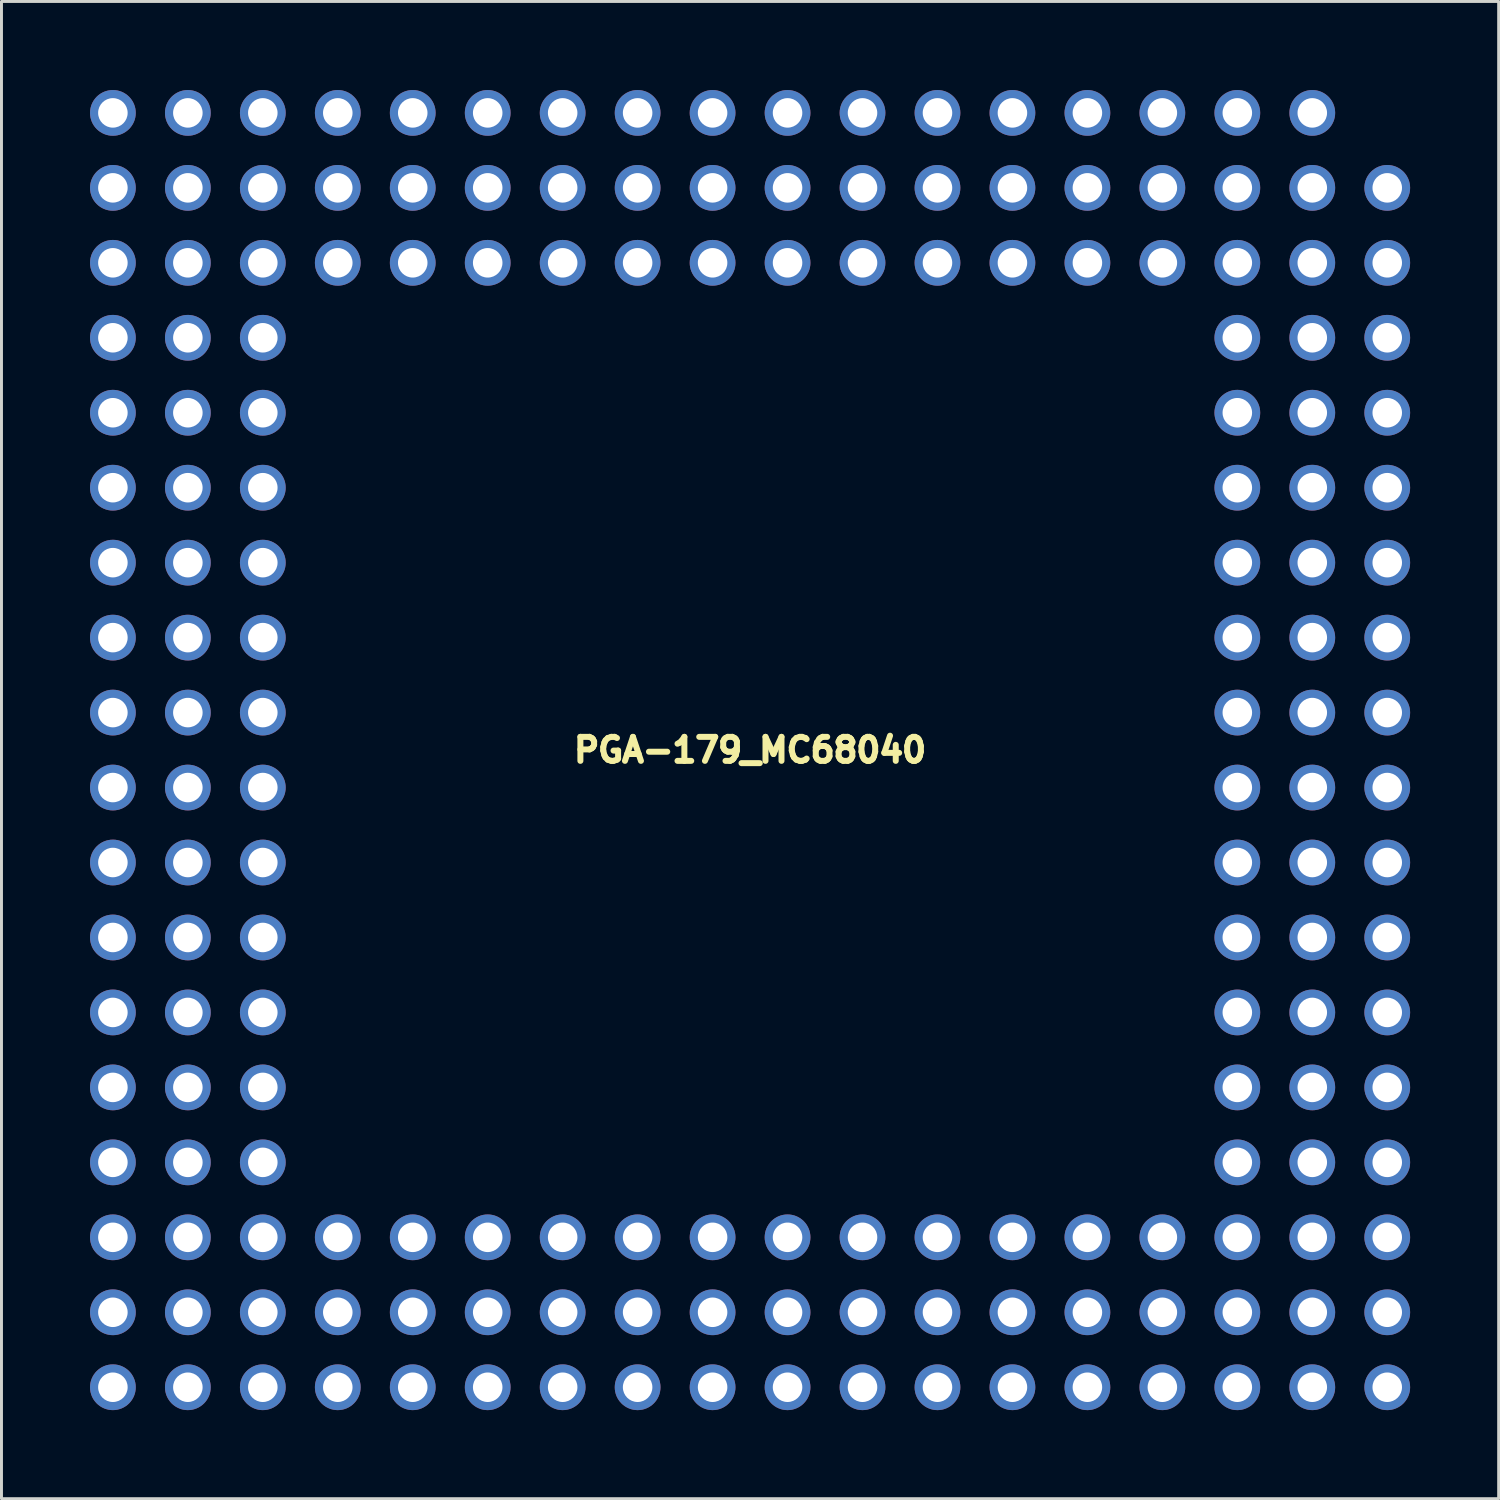
<source format=kicad_pcb>
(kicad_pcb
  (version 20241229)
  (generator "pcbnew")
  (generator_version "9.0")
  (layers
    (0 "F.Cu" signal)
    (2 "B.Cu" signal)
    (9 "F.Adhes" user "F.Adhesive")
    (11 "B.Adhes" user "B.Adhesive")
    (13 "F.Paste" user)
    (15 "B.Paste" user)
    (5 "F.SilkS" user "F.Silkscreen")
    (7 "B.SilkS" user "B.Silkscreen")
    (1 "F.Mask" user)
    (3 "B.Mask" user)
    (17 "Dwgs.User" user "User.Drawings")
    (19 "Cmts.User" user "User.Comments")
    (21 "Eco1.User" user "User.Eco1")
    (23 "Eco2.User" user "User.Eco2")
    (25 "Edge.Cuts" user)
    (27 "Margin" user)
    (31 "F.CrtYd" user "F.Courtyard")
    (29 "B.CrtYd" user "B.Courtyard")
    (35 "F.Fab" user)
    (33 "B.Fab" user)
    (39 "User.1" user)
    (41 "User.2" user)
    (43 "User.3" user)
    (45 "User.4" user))
  (footprint "PGA-179_MC68040"
    (layer "F.Cu")
    (at 22.365 22.365)
    (property "Reference" "PGA-179_MC68040" (at 0 0 0) (layer "F.SilkS") (effects (font (size 0.813 0.813) (thickness 0.203))))
    (attr through_hole)
    (pad "A1" thru_hole circle (at 21.59 21.59) (size 1.55 1.55) (drill 1) (layers "*.Cu" "*.Mask"))
    (pad "A2" thru_hole circle (at 19.05 21.59) (size 1.55 1.55) (drill 1) (layers "*.Cu" "*.Mask"))
    (pad "A3" thru_hole circle (at 16.51 21.59) (size 1.55 1.55) (drill 1) (layers "*.Cu" "*.Mask"))
    (pad "A4" thru_hole circle (at 13.97 21.59) (size 1.55 1.55) (drill 1) (layers "*.Cu" "*.Mask"))
    (pad "A5" thru_hole circle (at 11.43 21.59) (size 1.55 1.55) (drill 1) (layers "*.Cu" "*.Mask"))
    (pad "A6" thru_hole circle (at 8.89 21.59) (size 1.55 1.55) (drill 1) (layers "*.Cu" "*.Mask"))
    (pad "A7" thru_hole circle (at 6.35 21.59) (size 1.55 1.55) (drill 1) (layers "*.Cu" "*.Mask"))
    (pad "A8" thru_hole circle (at 3.81 21.59) (size 1.55 1.55) (drill 1) (layers "*.Cu" "*.Mask"))
    (pad "A9" thru_hole circle (at 1.27 21.59) (size 1.55 1.55) (drill 1) (layers "*.Cu" "*.Mask"))
    (pad "A10" thru_hole circle (at -1.27 21.59) (size 1.55 1.55) (drill 1) (layers "*.Cu" "*.Mask"))
    (pad "A11" thru_hole circle (at -3.81 21.59) (size 1.55 1.55) (drill 1) (layers "*.Cu" "*.Mask"))
    (pad "A12" thru_hole circle (at -6.35 21.59) (size 1.55 1.55) (drill 1) (layers "*.Cu" "*.Mask"))
    (pad "A13" thru_hole circle (at -8.89 21.59) (size 1.55 1.55) (drill 1) (layers "*.Cu" "*.Mask"))
    (pad "A14" thru_hole circle (at -11.43 21.59) (size 1.55 1.55) (drill 1) (layers "*.Cu" "*.Mask"))
    (pad "A15" thru_hole circle (at -13.97 21.59) (size 1.55 1.55) (drill 1) (layers "*.Cu" "*.Mask"))
    (pad "A16" thru_hole circle (at -16.51 21.59) (size 1.55 1.55) (drill 1) (layers "*.Cu" "*.Mask"))
    (pad "A17" thru_hole circle (at -19.05 21.59) (size 1.55 1.55) (drill 1) (layers "*.Cu" "*.Mask"))
    (pad "A18" thru_hole circle (at -21.59 21.59) (size 1.55 1.55) (drill 1) (layers "*.Cu" "*.Mask"))
    (pad "B1" thru_hole circle (at 21.59 19.05) (size 1.55 1.55) (drill 1) (layers "*.Cu" "*.Mask"))
    (pad "B2" thru_hole circle (at 19.05 19.05) (size 1.55 1.55) (drill 1) (layers "*.Cu" "*.Mask"))
    (pad "B3" thru_hole circle (at 16.51 19.05) (size 1.55 1.55) (drill 1) (layers "*.Cu" "*.Mask"))
    (pad "B4" thru_hole circle (at 13.97 19.05) (size 1.55 1.55) (drill 1) (layers "*.Cu" "*.Mask"))
    (pad "B5" thru_hole circle (at 11.43 19.05) (size 1.55 1.55) (drill 1) (layers "*.Cu" "*.Mask"))
    (pad "B6" thru_hole circle (at 8.89 19.05) (size 1.55 1.55) (drill 1) (layers "*.Cu" "*.Mask"))
    (pad "B7" thru_hole circle (at 6.35 19.05) (size 1.55 1.55) (drill 1) (layers "*.Cu" "*.Mask"))
    (pad "B8" thru_hole circle (at 3.81 19.05) (size 1.55 1.55) (drill 1) (layers "*.Cu" "*.Mask"))
    (pad "B9" thru_hole circle (at 1.27 19.05) (size 1.55 1.55) (drill 1) (layers "*.Cu" "*.Mask"))
    (pad "B10" thru_hole circle (at -1.27 19.05) (size 1.55 1.55) (drill 1) (layers "*.Cu" "*.Mask"))
    (pad "B11" thru_hole circle (at -3.81 19.05) (size 1.55 1.55) (drill 1) (layers "*.Cu" "*.Mask"))
    (pad "B12" thru_hole circle (at -6.35 19.05) (size 1.55 1.55) (drill 1) (layers "*.Cu" "*.Mask"))
    (pad "B13" thru_hole circle (at -8.89 19.05) (size 1.55 1.55) (drill 1) (layers "*.Cu" "*.Mask"))
    (pad "B14" thru_hole circle (at -11.43 19.05) (size 1.55 1.55) (drill 1) (layers "*.Cu" "*.Mask"))
    (pad "B15" thru_hole circle (at -13.97 19.05) (size 1.55 1.55) (drill 1) (layers "*.Cu" "*.Mask"))
    (pad "B16" thru_hole circle (at -16.51 19.05) (size 1.55 1.55) (drill 1) (layers "*.Cu" "*.Mask"))
    (pad "B17" thru_hole circle (at -19.05 19.05) (size 1.55 1.55) (drill 1) (layers "*.Cu" "*.Mask"))
    (pad "B18" thru_hole circle (at -21.59 19.05) (size 1.55 1.55) (drill 1) (layers "*.Cu" "*.Mask"))
    (pad "C1" thru_hole circle (at 21.59 16.51) (size 1.55 1.55) (drill 1) (layers "*.Cu" "*.Mask"))
    (pad "C2" thru_hole circle (at 19.05 16.51) (size 1.55 1.55) (drill 1) (layers "*.Cu" "*.Mask"))
    (pad "C3" thru_hole circle (at 16.51 16.51) (size 1.55 1.55) (drill 1) (layers "*.Cu" "*.Mask"))
    (pad "C4" thru_hole circle (at 13.97 -21.59) (size 1.55 1.55) (drill 1) (layers "*.Cu" "*.Mask"))
    (pad "C4" thru_hole circle (at 13.97 16.51) (size 1.55 1.55) (drill 1) (layers "*.Cu" "*.Mask"))
    (pad "C5" thru_hole circle (at 11.43 -21.59) (size 1.55 1.55) (drill 1) (layers "*.Cu" "*.Mask"))
    (pad "C5" thru_hole circle (at 11.43 16.51) (size 1.55 1.55) (drill 1) (layers "*.Cu" "*.Mask"))
    (pad "C6" thru_hole circle (at 8.89 16.51) (size 1.55 1.55) (drill 1) (layers "*.Cu" "*.Mask"))
    (pad "C7" thru_hole circle (at 6.35 16.51) (size 1.55 1.55) (drill 1) (layers "*.Cu" "*.Mask"))
    (pad "C8" thru_hole circle (at 3.81 16.51) (size 1.55 1.55) (drill 1) (layers "*.Cu" "*.Mask"))
    (pad "C9" thru_hole circle (at 1.27 16.51) (size 1.55 1.55) (drill 1) (layers "*.Cu" "*.Mask"))
    (pad "C10" thru_hole circle (at -1.27 16.51) (size 1.55 1.55) (drill 1) (layers "*.Cu" "*.Mask"))
    (pad "C11" thru_hole circle (at -3.81 16.51) (size 1.55 1.55) (drill 1) (layers "*.Cu" "*.Mask"))
    (pad "C12" thru_hole circle (at -6.35 16.51) (size 1.55 1.55) (drill 1) (layers "*.Cu" "*.Mask"))
    (pad "C13" thru_hole circle (at -8.89 16.51) (size 1.55 1.55) (drill 1) (layers "*.Cu" "*.Mask"))
    (pad "C14" thru_hole circle (at -11.43 16.51) (size 1.55 1.55) (drill 1) (layers "*.Cu" "*.Mask"))
    (pad "C15" thru_hole circle (at -13.97 16.51) (size 1.55 1.55) (drill 1) (layers "*.Cu" "*.Mask"))
    (pad "C16" thru_hole circle (at -16.51 16.51) (size 1.55 1.55) (drill 1) (layers "*.Cu" "*.Mask"))
    (pad "C17" thru_hole circle (at -19.05 16.51) (size 1.55 1.55) (drill 1) (layers "*.Cu" "*.Mask"))
    (pad "C18" thru_hole circle (at -21.59 16.51) (size 1.55 1.55) (drill 1) (layers "*.Cu" "*.Mask"))
    (pad "D1" thru_hole circle (at 21.59 13.97) (size 1.55 1.55) (drill 1) (layers "*.Cu" "*.Mask"))
    (pad "D2" thru_hole circle (at 19.05 13.97) (size 1.55 1.55) (drill 1) (layers "*.Cu" "*.Mask"))
    (pad "D3" thru_hole circle (at 16.51 13.97) (size 1.55 1.55) (drill 1) (layers "*.Cu" "*.Mask"))
    (pad "D16" thru_hole circle (at -16.51 13.97) (size 1.55 1.55) (drill 1) (layers "*.Cu" "*.Mask"))
    (pad "D17" thru_hole circle (at -19.05 13.97) (size 1.55 1.55) (drill 1) (layers "*.Cu" "*.Mask"))
    (pad "D18" thru_hole circle (at -21.59 13.97) (size 1.55 1.55) (drill 1) (layers "*.Cu" "*.Mask"))
    (pad "E1" thru_hole circle (at 21.59 11.43) (size 1.55 1.55) (drill 1) (layers "*.Cu" "*.Mask"))
    (pad "E2" thru_hole circle (at 19.05 11.43) (size 1.55 1.55) (drill 1) (layers "*.Cu" "*.Mask"))
    (pad "E3" thru_hole circle (at 16.51 11.43) (size 1.55 1.55) (drill 1) (layers "*.Cu" "*.Mask"))
    (pad "E16" thru_hole circle (at -16.51 11.43) (size 1.55 1.55) (drill 1) (layers "*.Cu" "*.Mask"))
    (pad "E17" thru_hole circle (at -19.05 11.43) (size 1.55 1.55) (drill 1) (layers "*.Cu" "*.Mask"))
    (pad "E18" thru_hole circle (at -21.59 11.43) (size 1.55 1.55) (drill 1) (layers "*.Cu" "*.Mask"))
    (pad "F1" thru_hole circle (at 21.59 8.89) (size 1.55 1.55) (drill 1) (layers "*.Cu" "*.Mask"))
    (pad "F2" thru_hole circle (at 19.05 8.89) (size 1.55 1.55) (drill 1) (layers "*.Cu" "*.Mask"))
    (pad "F3" thru_hole circle (at 16.51 8.89) (size 1.55 1.55) (drill 1) (layers "*.Cu" "*.Mask"))
    (pad "F16" thru_hole circle (at -16.51 8.89) (size 1.55 1.55) (drill 1) (layers "*.Cu" "*.Mask"))
    (pad "F17" thru_hole circle (at -19.05 8.89) (size 1.55 1.55) (drill 1) (layers "*.Cu" "*.Mask"))
    (pad "F18" thru_hole circle (at -21.59 8.89) (size 1.55 1.55) (drill 1) (layers "*.Cu" "*.Mask"))
    (pad "G1" thru_hole circle (at 21.59 6.35) (size 1.55 1.55) (drill 1) (layers "*.Cu" "*.Mask"))
    (pad "G2" thru_hole circle (at 19.05 6.35) (size 1.55 1.55) (drill 1) (layers "*.Cu" "*.Mask"))
    (pad "G3" thru_hole circle (at 16.51 6.35) (size 1.55 1.55) (drill 1) (layers "*.Cu" "*.Mask"))
    (pad "G16" thru_hole circle (at -16.51 6.35) (size 1.55 1.55) (drill 1) (layers "*.Cu" "*.Mask"))
    (pad "G17" thru_hole circle (at -19.05 6.35) (size 1.55 1.55) (drill 1) (layers "*.Cu" "*.Mask"))
    (pad "G18" thru_hole circle (at -21.59 6.35) (size 1.55 1.55) (drill 1) (layers "*.Cu" "*.Mask"))
    (pad "H1" thru_hole circle (at 21.59 3.81) (size 1.55 1.55) (drill 1) (layers "*.Cu" "*.Mask"))
    (pad "H2" thru_hole circle (at 19.05 3.81) (size 1.55 1.55) (drill 1) (layers "*.Cu" "*.Mask"))
    (pad "H3" thru_hole circle (at 16.51 3.81) (size 1.55 1.55) (drill 1) (layers "*.Cu" "*.Mask"))
    (pad "H16" thru_hole circle (at -16.51 3.81) (size 1.55 1.55) (drill 1) (layers "*.Cu" "*.Mask"))
    (pad "H17" thru_hole circle (at -19.05 3.81) (size 1.55 1.55) (drill 1) (layers "*.Cu" "*.Mask"))
    (pad "H18" thru_hole circle (at -21.59 3.81) (size 1.55 1.55) (drill 1) (layers "*.Cu" "*.Mask"))
    (pad "J1" thru_hole circle (at 21.59 1.27) (size 1.55 1.55) (drill 1) (layers "*.Cu" "*.Mask"))
    (pad "J2" thru_hole circle (at 19.05 1.27) (size 1.55 1.55) (drill 1) (layers "*.Cu" "*.Mask"))
    (pad "J3" thru_hole circle (at 16.51 1.27) (size 1.55 1.55) (drill 1) (layers "*.Cu" "*.Mask"))
    (pad "J16" thru_hole circle (at -16.51 -13.97) (size 1.55 1.55) (drill 1) (layers "*.Cu" "*.Mask"))
    (pad "J16" thru_hole circle (at -16.51 1.27) (size 1.55 1.55) (drill 1) (layers "*.Cu" "*.Mask"))
    (pad "J17" thru_hole circle (at -19.05 -13.97) (size 1.55 1.55) (drill 1) (layers "*.Cu" "*.Mask"))
    (pad "J17" thru_hole circle (at -19.05 1.27) (size 1.55 1.55) (drill 1) (layers "*.Cu" "*.Mask"))
    (pad "J18" thru_hole circle (at -21.59 -13.97) (size 1.55 1.55) (drill 1) (layers "*.Cu" "*.Mask"))
    (pad "J18" thru_hole circle (at -21.59 1.27) (size 1.55 1.55) (drill 1) (layers "*.Cu" "*.Mask"))
    (pad "K1" thru_hole circle (at 21.59 -1.27) (size 1.55 1.55) (drill 1) (layers "*.Cu" "*.Mask"))
    (pad "K2" thru_hole circle (at 19.05 -1.27) (size 1.55 1.55) (drill 1) (layers "*.Cu" "*.Mask"))
    (pad "K3" thru_hole circle (at 16.51 -1.27) (size 1.55 1.55) (drill 1) (layers "*.Cu" "*.Mask"))
    (pad "K16" thru_hole circle (at -16.51 -1.27) (size 1.55 1.55) (drill 1) (layers "*.Cu" "*.Mask"))
    (pad "K17" thru_hole circle (at -19.05 -1.27) (size 1.55 1.55) (drill 1) (layers "*.Cu" "*.Mask"))
    (pad "K18" thru_hole circle (at -21.59 -1.27) (size 1.55 1.55) (drill 1) (layers "*.Cu" "*.Mask"))
    (pad "L1" thru_hole circle (at 21.59 -3.81) (size 1.55 1.55) (drill 1) (layers "*.Cu" "*.Mask"))
    (pad "L2" thru_hole circle (at 19.05 -3.81) (size 1.55 1.55) (drill 1) (layers "*.Cu" "*.Mask"))
    (pad "L3" thru_hole circle (at 16.51 -3.81) (size 1.55 1.55) (drill 1) (layers "*.Cu" "*.Mask"))
    (pad "L16" thru_hole circle (at -16.51 -3.81) (size 1.55 1.55) (drill 1) (layers "*.Cu" "*.Mask"))
    (pad "L17" thru_hole circle (at -19.05 -3.81) (size 1.55 1.55) (drill 1) (layers "*.Cu" "*.Mask"))
    (pad "L18" thru_hole circle (at -21.59 -3.81) (size 1.55 1.55) (drill 1) (layers "*.Cu" "*.Mask"))
    (pad "M1" thru_hole circle (at 21.59 -6.35) (size 1.55 1.55) (drill 1) (layers "*.Cu" "*.Mask"))
    (pad "M2" thru_hole circle (at 19.05 -6.35) (size 1.55 1.55) (drill 1) (layers "*.Cu" "*.Mask"))
    (pad "M3" thru_hole circle (at 16.51 -6.35) (size 1.55 1.55) (drill 1) (layers "*.Cu" "*.Mask"))
    (pad "M16" thru_hole circle (at -16.51 -6.35) (size 1.55 1.55) (drill 1) (layers "*.Cu" "*.Mask"))
    (pad "M17" thru_hole circle (at -19.05 -6.35) (size 1.55 1.55) (drill 1) (layers "*.Cu" "*.Mask"))
    (pad "M18" thru_hole circle (at -21.59 -6.35) (size 1.55 1.55) (drill 1) (layers "*.Cu" "*.Mask"))
    (pad "N1" thru_hole circle (at 21.59 -8.89) (size 1.55 1.55) (drill 1) (layers "*.Cu" "*.Mask"))
    (pad "N2" thru_hole circle (at 19.05 -8.89) (size 1.55 1.55) (drill 1) (layers "*.Cu" "*.Mask"))
    (pad "N3" thru_hole circle (at 16.51 -8.89) (size 1.55 1.55) (drill 1) (layers "*.Cu" "*.Mask"))
    (pad "P1" thru_hole circle (at 21.59 -11.43) (size 1.55 1.55) (drill 1) (layers "*.Cu" "*.Mask"))
    (pad "P2" thru_hole circle (at 19.05 -11.43) (size 1.55 1.55) (drill 1) (layers "*.Cu" "*.Mask"))
    (pad "P3" thru_hole circle (at 16.51 -11.43) (size 1.55 1.55) (drill 1) (layers "*.Cu" "*.Mask"))
    (pad "P16" thru_hole circle (at -16.51 -8.89) (size 1.55 1.55) (drill 1) (layers "*.Cu" "*.Mask"))
    (pad "P17" thru_hole circle (at -19.05 -8.89) (size 1.55 1.55) (drill 1) (layers "*.Cu" "*.Mask"))
    (pad "P18" thru_hole circle (at -21.59 -8.89) (size 1.55 1.55) (drill 1) (layers "*.Cu" "*.Mask"))
    (pad "Q1" thru_hole circle (at 21.59 -13.97) (size 1.55 1.55) (drill 1) (layers "*.Cu" "*.Mask"))
    (pad "Q2" thru_hole circle (at 19.05 -13.97) (size 1.55 1.55) (drill 1) (layers "*.Cu" "*.Mask"))
    (pad "Q3" thru_hole circle (at 16.51 -13.97) (size 1.55 1.55) (drill 1) (layers "*.Cu" "*.Mask"))
    (pad "Q16" thru_hole circle (at -16.51 -11.43) (size 1.55 1.55) (drill 1) (layers "*.Cu" "*.Mask"))
    (pad "Q17" thru_hole circle (at -19.05 -11.43) (size 1.55 1.55) (drill 1) (layers "*.Cu" "*.Mask"))
    (pad "Q18" thru_hole circle (at -21.59 -11.43) (size 1.55 1.55) (drill 1) (layers "*.Cu" "*.Mask"))
    (pad "R1" thru_hole circle (at 21.59 -16.51) (size 1.55 1.55) (drill 1) (layers "*.Cu" "*.Mask"))
    (pad "R2" thru_hole circle (at 19.05 -16.51) (size 1.55 1.55) (drill 1) (layers "*.Cu" "*.Mask"))
    (pad "R3" thru_hole circle (at 16.51 -16.51) (size 1.55 1.55) (drill 1) (layers "*.Cu" "*.Mask"))
    (pad "R4" thru_hole circle (at 13.97 -16.51) (size 1.55 1.55) (drill 1) (layers "*.Cu" "*.Mask"))
    (pad "R5" thru_hole circle (at 11.43 -16.51) (size 1.55 1.55) (drill 1) (layers "*.Cu" "*.Mask"))
    (pad "R6" thru_hole circle (at 8.89 -16.51) (size 1.55 1.55) (drill 1) (layers "*.Cu" "*.Mask"))
    (pad "R7" thru_hole circle (at 6.35 -16.51) (size 1.55 1.55) (drill 1) (layers "*.Cu" "*.Mask"))
    (pad "R8" thru_hole circle (at 3.81 -16.51) (size 1.55 1.55) (drill 1) (layers "*.Cu" "*.Mask"))
    (pad "R9" thru_hole circle (at 1.27 -16.51) (size 1.55 1.55) (drill 1) (layers "*.Cu" "*.Mask"))
    (pad "R10" thru_hole circle (at -1.27 -16.51) (size 1.55 1.55) (drill 1) (layers "*.Cu" "*.Mask"))
    (pad "R11" thru_hole circle (at -3.81 -16.51) (size 1.55 1.55) (drill 1) (layers "*.Cu" "*.Mask"))
    (pad "R12" thru_hole circle (at -6.35 -16.51) (size 1.55 1.55) (drill 1) (layers "*.Cu" "*.Mask"))
    (pad "R13" thru_hole circle (at -8.89 -16.51) (size 1.55 1.55) (drill 1) (layers "*.Cu" "*.Mask"))
    (pad "R14" thru_hole circle (at -11.43 -16.51) (size 1.55 1.55) (drill 1) (layers "*.Cu" "*.Mask"))
    (pad "R15" thru_hole circle (at -13.97 -16.51) (size 1.55 1.55) (drill 1) (layers "*.Cu" "*.Mask"))
    (pad "R16" thru_hole circle (at -16.51 -16.51) (size 1.55 1.55) (drill 1) (layers "*.Cu" "*.Mask"))
    (pad "R17" thru_hole circle (at -19.05 -16.51) (size 1.55 1.55) (drill 1) (layers "*.Cu" "*.Mask"))
    (pad "R18" thru_hole circle (at -21.59 -16.51) (size 1.55 1.55) (drill 1) (layers "*.Cu" "*.Mask"))
    (pad "S1" thru_hole circle (at 21.59 -19.05) (size 1.55 1.55) (drill 1) (layers "*.Cu" "*.Mask"))
    (pad "S2" thru_hole circle (at 19.05 -19.05) (size 1.55 1.55) (drill 1) (layers "*.Cu" "*.Mask"))
    (pad "S3" thru_hole circle (at 16.51 -19.05) (size 1.55 1.55) (drill 1) (layers "*.Cu" "*.Mask"))
    (pad "S4" thru_hole circle (at 13.97 -19.05) (size 1.55 1.55) (drill 1) (layers "*.Cu" "*.Mask"))
    (pad "S5" thru_hole circle (at 11.43 -19.05) (size 1.55 1.55) (drill 1) (layers "*.Cu" "*.Mask"))
    (pad "S6" thru_hole circle (at 8.89 -19.05) (size 1.55 1.55) (drill 1) (layers "*.Cu" "*.Mask"))
    (pad "S7" thru_hole circle (at 6.35 -19.05) (size 1.55 1.55) (drill 1) (layers "*.Cu" "*.Mask"))
    (pad "S8" thru_hole circle (at 3.81 -19.05) (size 1.55 1.55) (drill 1) (layers "*.Cu" "*.Mask"))
    (pad "S9" thru_hole circle (at 1.27 -19.05) (size 1.55 1.55) (drill 1) (layers "*.Cu" "*.Mask"))
    (pad "S10" thru_hole circle (at -1.27 -19.05) (size 1.55 1.55) (drill 1) (layers "*.Cu" "*.Mask"))
    (pad "S11" thru_hole circle (at -3.81 -19.05) (size 1.55 1.55) (drill 1) (layers "*.Cu" "*.Mask"))
    (pad "S12" thru_hole circle (at -6.35 -19.05) (size 1.55 1.55) (drill 1) (layers "*.Cu" "*.Mask"))
    (pad "S13" thru_hole circle (at -8.89 -19.05) (size 1.55 1.55) (drill 1) (layers "*.Cu" "*.Mask"))
    (pad "S14" thru_hole circle (at -11.43 -19.05) (size 1.55 1.55) (drill 1) (layers "*.Cu" "*.Mask"))
    (pad "S15" thru_hole circle (at -13.97 -19.05) (size 1.55 1.55) (drill 1) (layers "*.Cu" "*.Mask"))
    (pad "S16" thru_hole circle (at -16.51 -19.05) (size 1.55 1.55) (drill 1) (layers "*.Cu" "*.Mask"))
    (pad "S17" thru_hole circle (at -19.05 -19.05) (size 1.55 1.55) (drill 1) (layers "*.Cu" "*.Mask"))
    (pad "S18" thru_hole circle (at -21.59 -19.05) (size 1.55 1.55) (drill 1) (layers "*.Cu" "*.Mask"))
    (pad "T2" thru_hole circle (at 19.05 -21.59) (size 1.55 1.55) (drill 1) (layers "*.Cu" "*.Mask"))
    (pad "T3" thru_hole circle (at 16.51 -21.59) (size 1.55 1.55) (drill 1) (layers "*.Cu" "*.Mask"))
    (pad "T6" thru_hole circle (at 8.89 -21.59) (size 1.55 1.55) (drill 1) (layers "*.Cu" "*.Mask"))
    (pad "T7" thru_hole circle (at 6.35 -21.59) (size 1.55 1.55) (drill 1) (layers "*.Cu" "*.Mask"))
    (pad "T8" thru_hole circle (at 3.81 -21.59) (size 1.55 1.55) (drill 1) (layers "*.Cu" "*.Mask"))
    (pad "T9" thru_hole circle (at 1.27 -21.59) (size 1.55 1.55) (drill 1) (layers "*.Cu" "*.Mask"))
    (pad "T10" thru_hole circle (at -1.27 -21.59) (size 1.55 1.55) (drill 1) (layers "*.Cu" "*.Mask"))
    (pad "T11" thru_hole circle (at -3.81 -21.59) (size 1.55 1.55) (drill 1) (layers "*.Cu" "*.Mask"))
    (pad "T12" thru_hole circle (at -6.35 -21.59) (size 1.55 1.55) (drill 1) (layers "*.Cu" "*.Mask"))
    (pad "T13" thru_hole circle (at -8.89 -21.59) (size 1.55 1.55) (drill 1) (layers "*.Cu" "*.Mask"))
    (pad "T14" thru_hole circle (at -11.43 -21.59) (size 1.55 1.55) (drill 1) (layers "*.Cu" "*.Mask"))
    (pad "T15" thru_hole circle (at -13.97 -21.59) (size 1.55 1.55) (drill 1) (layers "*.Cu" "*.Mask"))
    (pad "T16" thru_hole circle (at -16.51 -21.59) (size 1.55 1.55) (drill 1) (layers "*.Cu" "*.Mask"))
    (pad "T17" thru_hole circle (at -19.05 -21.59) (size 1.55 1.55) (drill 1) (layers "*.Cu" "*.Mask"))
    (pad "T18" thru_hole circle (at -21.59 -21.59) (size 1.55 1.55) (drill 1) (layers "*.Cu" "*.Mask")))
  (gr_rect
    (start -3 -3)
    (end 47.73 47.73)
    (stroke (width 0.1) (type default))
    (fill no)
    (layer "Edge.Cuts")))
</source>
